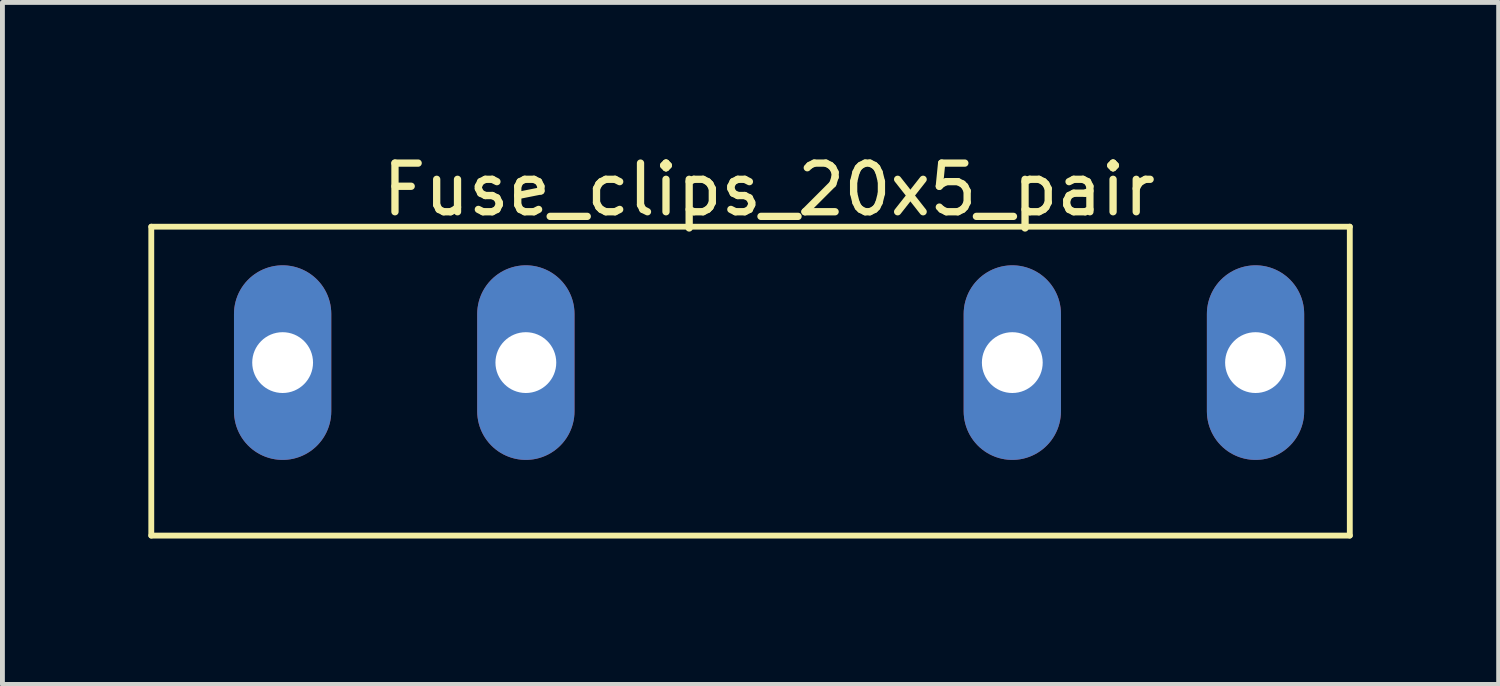
<source format=kicad_pcb>
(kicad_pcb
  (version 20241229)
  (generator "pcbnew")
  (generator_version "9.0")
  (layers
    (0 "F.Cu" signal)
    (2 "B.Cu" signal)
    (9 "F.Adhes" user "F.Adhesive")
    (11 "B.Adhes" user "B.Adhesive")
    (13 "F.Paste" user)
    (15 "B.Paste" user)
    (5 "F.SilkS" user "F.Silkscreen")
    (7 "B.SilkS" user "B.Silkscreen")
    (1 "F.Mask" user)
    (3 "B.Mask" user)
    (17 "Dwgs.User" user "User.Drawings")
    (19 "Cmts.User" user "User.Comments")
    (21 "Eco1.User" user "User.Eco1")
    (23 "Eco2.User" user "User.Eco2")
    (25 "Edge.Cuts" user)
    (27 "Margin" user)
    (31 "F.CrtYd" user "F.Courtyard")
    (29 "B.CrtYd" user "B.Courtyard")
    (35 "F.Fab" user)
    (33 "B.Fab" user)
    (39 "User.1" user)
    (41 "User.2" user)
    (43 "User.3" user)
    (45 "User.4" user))
  (footprint "Fuse_clips_20x5_pair"
    (layer "F.Cu")
    (at 12.76 4.404)
    (property "Reference" "Fuse_clips_20x5_pair" (at 0 -3.556 0) (layer "F.SilkS") (effects (font (size 1 1) (thickness 0.15))))
    (attr through_hole)
    (fp_line (start -12.7 -2.794) (end -12.7 3.556) (stroke (width 0.12) (type solid)) (layer "F.SilkS"))
    (fp_line (start -12.7 3.556) (end 11.938 3.556) (stroke (width 0.12) (type solid)) (layer "F.SilkS"))
    (fp_line (start 11.938 -2.794) (end -12.7 -2.794) (stroke (width 0.12) (type solid)) (layer "F.SilkS"))
    (fp_line (start 11.938 3.556) (end 11.938 -2.794) (stroke (width 0.12) (type solid)) (layer "F.SilkS"))
    (pad "1" thru_hole oval (at -10 0) (size 2 4) (drill 1.25) (layers "*.Cu" "*.Mask"))
    (pad "2" thru_hole oval (at -5 0) (size 2 4) (drill 1.25) (layers "*.Cu" "*.Mask"))
    (pad "3" thru_hole oval (at 5 0) (size 2 4) (drill 1.25) (layers "*.Cu" "*.Mask"))
    (pad "4" thru_hole oval (at 10 0) (size 2 4) (drill 1.25) (layers "*.Cu" "*.Mask")))
  (gr_rect
    (start -3 -3)
    (end 27.758 11.02)
    (stroke (width 0.1) (type default))
    (fill no)
    (layer "Edge.Cuts")))
</source>
